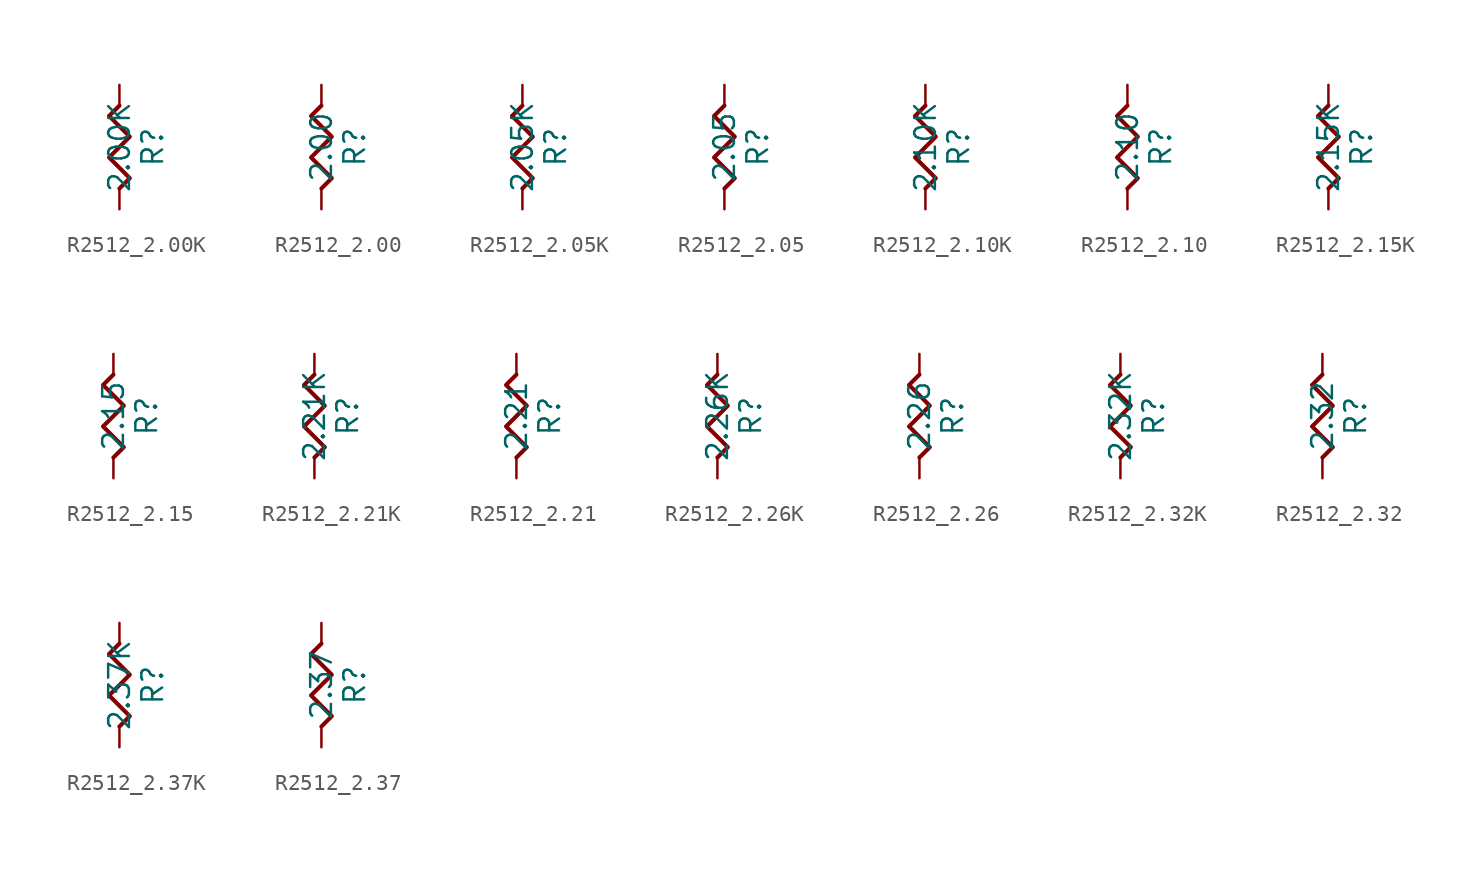
<source format=kicad_sym>
(kicad_symbol_lib
  (version 20211014)
  (generator atlantix-eda)
  (symbol "R2512_2.00K"
    (pin_numbers hide)
    (pin_names
      (offset 0))
    (property "Reference" "R"
      (at 2.032 0 90)
      (effects (font (size 1.27 1.27))))
    (property "Value" "2.00K"
      (at 0 0 90)
      (effects (font (size 1.27 1.27))))
    (symbol "R2512_2.00K_0_1"
      (polyline (pts (xy 0 -2.54) (xy 0.635 -1.905) (xy -0.635 -0.635) (xy 0.635 0.635) (xy -0.635 1.905) (xy 0 2.54)) (stroke (width 0.254) (type default) (color 0 0 0 0)) (fill (type none))))
    (symbol "R2512_2.00K_1_1"
      (pin passive line (at 0 3.81 270) (length 1.27) (name "~" (effects (font (size 1.27 1.27)))) (number "1" (effects (font (size 1.27 1.27)))))
      (pin passive line (at 0 -3.81 90) (length 1.27) (name "~" (effects (font (size 1.27 1.27)))) (number "2" (effects (font (size 1.27 1.27)))))))
  (symbol "R2512_2.00"
    (pin_numbers hide)
    (pin_names
      (offset 0))
    (property "Reference" "R"
      (at 2.032 0 90)
      (effects (font (size 1.27 1.27))))
    (property "Value" "2.00"
      (at 0 0 90)
      (effects (font (size 1.27 1.27))))
    (symbol "R2512_2.00_0_1"
      (polyline (pts (xy 0 -2.54) (xy 0.635 -1.905) (xy -0.635 -0.635) (xy 0.635 0.635) (xy -0.635 1.905) (xy 0 2.54)) (stroke (width 0.254) (type default) (color 0 0 0 0)) (fill (type none))))
    (symbol "R2512_2.00_1_1"
      (pin passive line (at 0 3.81 270) (length 1.27) (name "~" (effects (font (size 1.27 1.27)))) (number "1" (effects (font (size 1.27 1.27)))))
      (pin passive line (at 0 -3.81 90) (length 1.27) (name "~" (effects (font (size 1.27 1.27)))) (number "2" (effects (font (size 1.27 1.27)))))))
  (symbol "R2512_2.05K"
    (pin_numbers hide)
    (pin_names
      (offset 0))
    (property "Reference" "R"
      (at 2.032 0 90)
      (effects (font (size 1.27 1.27))))
    (property "Value" "2.05K"
      (at 0 0 90)
      (effects (font (size 1.27 1.27))))
    (symbol "R2512_2.05K_0_1"
      (polyline (pts (xy 0 -2.54) (xy 0.635 -1.905) (xy -0.635 -0.635) (xy 0.635 0.635) (xy -0.635 1.905) (xy 0 2.54)) (stroke (width 0.254) (type default) (color 0 0 0 0)) (fill (type none))))
    (symbol "R2512_2.05K_1_1"
      (pin passive line (at 0 3.81 270) (length 1.27) (name "~" (effects (font (size 1.27 1.27)))) (number "1" (effects (font (size 1.27 1.27)))))
      (pin passive line (at 0 -3.81 90) (length 1.27) (name "~" (effects (font (size 1.27 1.27)))) (number "2" (effects (font (size 1.27 1.27)))))))
  (symbol "R2512_2.05"
    (pin_numbers hide)
    (pin_names
      (offset 0))
    (property "Reference" "R"
      (at 2.032 0 90)
      (effects (font (size 1.27 1.27))))
    (property "Value" "2.05"
      (at 0 0 90)
      (effects (font (size 1.27 1.27))))
    (symbol "R2512_2.05_0_1"
      (polyline (pts (xy 0 -2.54) (xy 0.635 -1.905) (xy -0.635 -0.635) (xy 0.635 0.635) (xy -0.635 1.905) (xy 0 2.54)) (stroke (width 0.254) (type default) (color 0 0 0 0)) (fill (type none))))
    (symbol "R2512_2.05_1_1"
      (pin passive line (at 0 3.81 270) (length 1.27) (name "~" (effects (font (size 1.27 1.27)))) (number "1" (effects (font (size 1.27 1.27)))))
      (pin passive line (at 0 -3.81 90) (length 1.27) (name "~" (effects (font (size 1.27 1.27)))) (number "2" (effects (font (size 1.27 1.27)))))))
  (symbol "R2512_2.10K"
    (pin_numbers hide)
    (pin_names
      (offset 0))
    (property "Reference" "R"
      (at 2.032 0 90)
      (effects (font (size 1.27 1.27))))
    (property "Value" "2.10K"
      (at 0 0 90)
      (effects (font (size 1.27 1.27))))
    (symbol "R2512_2.10K_0_1"
      (polyline (pts (xy 0 -2.54) (xy 0.635 -1.905) (xy -0.635 -0.635) (xy 0.635 0.635) (xy -0.635 1.905) (xy 0 2.54)) (stroke (width 0.254) (type default) (color 0 0 0 0)) (fill (type none))))
    (symbol "R2512_2.10K_1_1"
      (pin passive line (at 0 3.81 270) (length 1.27) (name "~" (effects (font (size 1.27 1.27)))) (number "1" (effects (font (size 1.27 1.27)))))
      (pin passive line (at 0 -3.81 90) (length 1.27) (name "~" (effects (font (size 1.27 1.27)))) (number "2" (effects (font (size 1.27 1.27)))))))
  (symbol "R2512_2.10"
    (pin_numbers hide)
    (pin_names
      (offset 0))
    (property "Reference" "R"
      (at 2.032 0 90)
      (effects (font (size 1.27 1.27))))
    (property "Value" "2.10"
      (at 0 0 90)
      (effects (font (size 1.27 1.27))))
    (symbol "R2512_2.10_0_1"
      (polyline (pts (xy 0 -2.54) (xy 0.635 -1.905) (xy -0.635 -0.635) (xy 0.635 0.635) (xy -0.635 1.905) (xy 0 2.54)) (stroke (width 0.254) (type default) (color 0 0 0 0)) (fill (type none))))
    (symbol "R2512_2.10_1_1"
      (pin passive line (at 0 3.81 270) (length 1.27) (name "~" (effects (font (size 1.27 1.27)))) (number "1" (effects (font (size 1.27 1.27)))))
      (pin passive line (at 0 -3.81 90) (length 1.27) (name "~" (effects (font (size 1.27 1.27)))) (number "2" (effects (font (size 1.27 1.27)))))))
  (symbol "R2512_2.15K"
    (pin_numbers hide)
    (pin_names
      (offset 0))
    (property "Reference" "R"
      (at 2.032 0 90)
      (effects (font (size 1.27 1.27))))
    (property "Value" "2.15K"
      (at 0 0 90)
      (effects (font (size 1.27 1.27))))
    (symbol "R2512_2.15K_0_1"
      (polyline (pts (xy 0 -2.54) (xy 0.635 -1.905) (xy -0.635 -0.635) (xy 0.635 0.635) (xy -0.635 1.905) (xy 0 2.54)) (stroke (width 0.254) (type default) (color 0 0 0 0)) (fill (type none))))
    (symbol "R2512_2.15K_1_1"
      (pin passive line (at 0 3.81 270) (length 1.27) (name "~" (effects (font (size 1.27 1.27)))) (number "1" (effects (font (size 1.27 1.27)))))
      (pin passive line (at 0 -3.81 90) (length 1.27) (name "~" (effects (font (size 1.27 1.27)))) (number "2" (effects (font (size 1.27 1.27)))))))
  (symbol "R2512_2.15"
    (pin_numbers hide)
    (pin_names
      (offset 0))
    (property "Reference" "R"
      (at 2.032 0 90)
      (effects (font (size 1.27 1.27))))
    (property "Value" "2.15"
      (at 0 0 90)
      (effects (font (size 1.27 1.27))))
    (symbol "R2512_2.15_0_1"
      (polyline (pts (xy 0 -2.54) (xy 0.635 -1.905) (xy -0.635 -0.635) (xy 0.635 0.635) (xy -0.635 1.905) (xy 0 2.54)) (stroke (width 0.254) (type default) (color 0 0 0 0)) (fill (type none))))
    (symbol "R2512_2.15_1_1"
      (pin passive line (at 0 3.81 270) (length 1.27) (name "~" (effects (font (size 1.27 1.27)))) (number "1" (effects (font (size 1.27 1.27)))))
      (pin passive line (at 0 -3.81 90) (length 1.27) (name "~" (effects (font (size 1.27 1.27)))) (number "2" (effects (font (size 1.27 1.27)))))))
  (symbol "R2512_2.21K"
    (pin_numbers hide)
    (pin_names
      (offset 0))
    (property "Reference" "R"
      (at 2.032 0 90)
      (effects (font (size 1.27 1.27))))
    (property "Value" "2.21K"
      (at 0 0 90)
      (effects (font (size 1.27 1.27))))
    (symbol "R2512_2.21K_0_1"
      (polyline (pts (xy 0 -2.54) (xy 0.635 -1.905) (xy -0.635 -0.635) (xy 0.635 0.635) (xy -0.635 1.905) (xy 0 2.54)) (stroke (width 0.254) (type default) (color 0 0 0 0)) (fill (type none))))
    (symbol "R2512_2.21K_1_1"
      (pin passive line (at 0 3.81 270) (length 1.27) (name "~" (effects (font (size 1.27 1.27)))) (number "1" (effects (font (size 1.27 1.27)))))
      (pin passive line (at 0 -3.81 90) (length 1.27) (name "~" (effects (font (size 1.27 1.27)))) (number "2" (effects (font (size 1.27 1.27)))))))
  (symbol "R2512_2.21"
    (pin_numbers hide)
    (pin_names
      (offset 0))
    (property "Reference" "R"
      (at 2.032 0 90)
      (effects (font (size 1.27 1.27))))
    (property "Value" "2.21"
      (at 0 0 90)
      (effects (font (size 1.27 1.27))))
    (symbol "R2512_2.21_0_1"
      (polyline (pts (xy 0 -2.54) (xy 0.635 -1.905) (xy -0.635 -0.635) (xy 0.635 0.635) (xy -0.635 1.905) (xy 0 2.54)) (stroke (width 0.254) (type default) (color 0 0 0 0)) (fill (type none))))
    (symbol "R2512_2.21_1_1"
      (pin passive line (at 0 3.81 270) (length 1.27) (name "~" (effects (font (size 1.27 1.27)))) (number "1" (effects (font (size 1.27 1.27)))))
      (pin passive line (at 0 -3.81 90) (length 1.27) (name "~" (effects (font (size 1.27 1.27)))) (number "2" (effects (font (size 1.27 1.27)))))))
  (symbol "R2512_2.26K"
    (pin_numbers hide)
    (pin_names
      (offset 0))
    (property "Reference" "R"
      (at 2.032 0 90)
      (effects (font (size 1.27 1.27))))
    (property "Value" "2.26K"
      (at 0 0 90)
      (effects (font (size 1.27 1.27))))
    (symbol "R2512_2.26K_0_1"
      (polyline (pts (xy 0 -2.54) (xy 0.635 -1.905) (xy -0.635 -0.635) (xy 0.635 0.635) (xy -0.635 1.905) (xy 0 2.54)) (stroke (width 0.254) (type default) (color 0 0 0 0)) (fill (type none))))
    (symbol "R2512_2.26K_1_1"
      (pin passive line (at 0 3.81 270) (length 1.27) (name "~" (effects (font (size 1.27 1.27)))) (number "1" (effects (font (size 1.27 1.27)))))
      (pin passive line (at 0 -3.81 90) (length 1.27) (name "~" (effects (font (size 1.27 1.27)))) (number "2" (effects (font (size 1.27 1.27)))))))
  (symbol "R2512_2.26"
    (pin_numbers hide)
    (pin_names
      (offset 0))
    (property "Reference" "R"
      (at 2.032 0 90)
      (effects (font (size 1.27 1.27))))
    (property "Value" "2.26"
      (at 0 0 90)
      (effects (font (size 1.27 1.27))))
    (symbol "R2512_2.26_0_1"
      (polyline (pts (xy 0 -2.54) (xy 0.635 -1.905) (xy -0.635 -0.635) (xy 0.635 0.635) (xy -0.635 1.905) (xy 0 2.54)) (stroke (width 0.254) (type default) (color 0 0 0 0)) (fill (type none))))
    (symbol "R2512_2.26_1_1"
      (pin passive line (at 0 3.81 270) (length 1.27) (name "~" (effects (font (size 1.27 1.27)))) (number "1" (effects (font (size 1.27 1.27)))))
      (pin passive line (at 0 -3.81 90) (length 1.27) (name "~" (effects (font (size 1.27 1.27)))) (number "2" (effects (font (size 1.27 1.27)))))))
  (symbol "R2512_2.32K"
    (pin_numbers hide)
    (pin_names
      (offset 0))
    (property "Reference" "R"
      (at 2.032 0 90)
      (effects (font (size 1.27 1.27))))
    (property "Value" "2.32K"
      (at 0 0 90)
      (effects (font (size 1.27 1.27))))
    (symbol "R2512_2.32K_0_1"
      (polyline (pts (xy 0 -2.54) (xy 0.635 -1.905) (xy -0.635 -0.635) (xy 0.635 0.635) (xy -0.635 1.905) (xy 0 2.54)) (stroke (width 0.254) (type default) (color 0 0 0 0)) (fill (type none))))
    (symbol "R2512_2.32K_1_1"
      (pin passive line (at 0 3.81 270) (length 1.27) (name "~" (effects (font (size 1.27 1.27)))) (number "1" (effects (font (size 1.27 1.27)))))
      (pin passive line (at 0 -3.81 90) (length 1.27) (name "~" (effects (font (size 1.27 1.27)))) (number "2" (effects (font (size 1.27 1.27)))))))
  (symbol "R2512_2.32"
    (pin_numbers hide)
    (pin_names
      (offset 0))
    (property "Reference" "R"
      (at 2.032 0 90)
      (effects (font (size 1.27 1.27))))
    (property "Value" "2.32"
      (at 0 0 90)
      (effects (font (size 1.27 1.27))))
    (symbol "R2512_2.32_0_1"
      (polyline (pts (xy 0 -2.54) (xy 0.635 -1.905) (xy -0.635 -0.635) (xy 0.635 0.635) (xy -0.635 1.905) (xy 0 2.54)) (stroke (width 0.254) (type default) (color 0 0 0 0)) (fill (type none))))
    (symbol "R2512_2.32_1_1"
      (pin passive line (at 0 3.81 270) (length 1.27) (name "~" (effects (font (size 1.27 1.27)))) (number "1" (effects (font (size 1.27 1.27)))))
      (pin passive line (at 0 -3.81 90) (length 1.27) (name "~" (effects (font (size 1.27 1.27)))) (number "2" (effects (font (size 1.27 1.27)))))))
  (symbol "R2512_2.37K"
    (pin_numbers hide)
    (pin_names
      (offset 0))
    (property "Reference" "R"
      (at 2.032 0 90)
      (effects (font (size 1.27 1.27))))
    (property "Value" "2.37K"
      (at 0 0 90)
      (effects (font (size 1.27 1.27))))
    (symbol "R2512_2.37K_0_1"
      (polyline (pts (xy 0 -2.54) (xy 0.635 -1.905) (xy -0.635 -0.635) (xy 0.635 0.635) (xy -0.635 1.905) (xy 0 2.54)) (stroke (width 0.254) (type default) (color 0 0 0 0)) (fill (type none))))
    (symbol "R2512_2.37K_1_1"
      (pin passive line (at 0 3.81 270) (length 1.27) (name "~" (effects (font (size 1.27 1.27)))) (number "1" (effects (font (size 1.27 1.27)))))
      (pin passive line (at 0 -3.81 90) (length 1.27) (name "~" (effects (font (size 1.27 1.27)))) (number "2" (effects (font (size 1.27 1.27)))))))
  (symbol "R2512_2.37"
    (pin_numbers hide)
    (pin_names
      (offset 0))
    (property "Reference" "R"
      (at 2.032 0 90)
      (effects (font (size 1.27 1.27))))
    (property "Value" "2.37"
      (at 0 0 90)
      (effects (font (size 1.27 1.27))))
    (symbol "R2512_2.37_0_1"
      (polyline (pts (xy 0 -2.54) (xy 0.635 -1.905) (xy -0.635 -0.635) (xy 0.635 0.635) (xy -0.635 1.905) (xy 0 2.54)) (stroke (width 0.254) (type default) (color 0 0 0 0)) (fill (type none))))
    (symbol "R2512_2.37_1_1"
      (pin passive line (at 0 3.81 270) (length 1.27) (name "~" (effects (font (size 1.27 1.27)))) (number "1" (effects (font (size 1.27 1.27)))))
      (pin passive line (at 0 -3.81 90) (length 1.27) (name "~" (effects (font (size 1.27 1.27)))) (number "2" (effects (font (size 1.27 1.27))))))))
</source>
